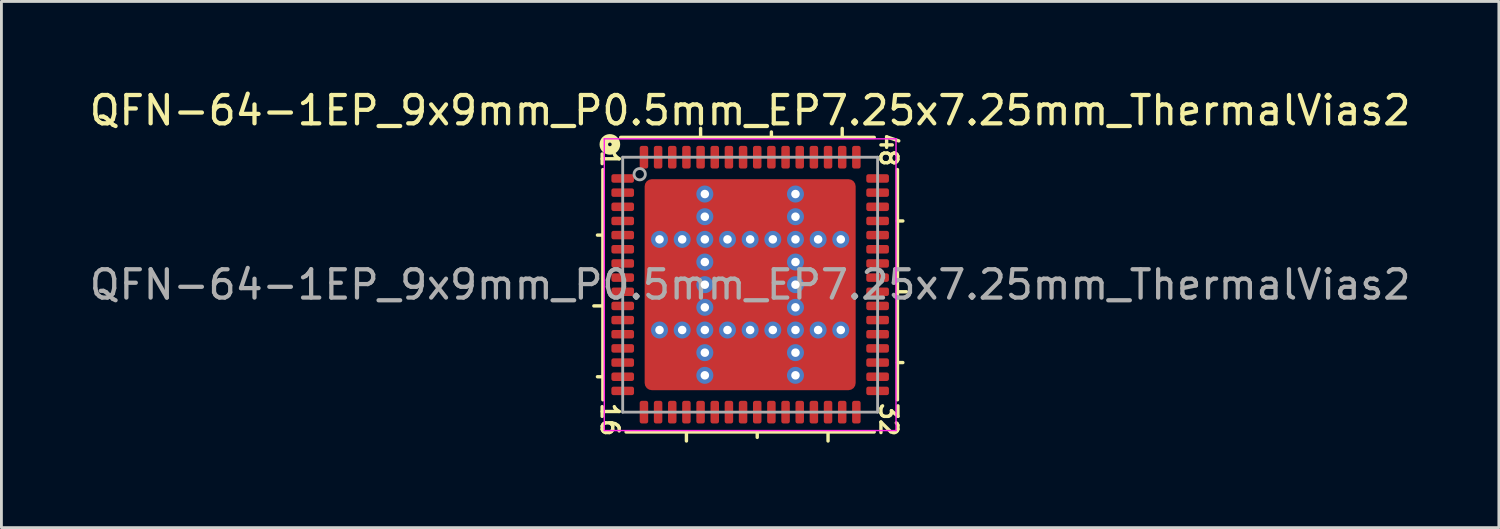
<source format=kicad_pcb>
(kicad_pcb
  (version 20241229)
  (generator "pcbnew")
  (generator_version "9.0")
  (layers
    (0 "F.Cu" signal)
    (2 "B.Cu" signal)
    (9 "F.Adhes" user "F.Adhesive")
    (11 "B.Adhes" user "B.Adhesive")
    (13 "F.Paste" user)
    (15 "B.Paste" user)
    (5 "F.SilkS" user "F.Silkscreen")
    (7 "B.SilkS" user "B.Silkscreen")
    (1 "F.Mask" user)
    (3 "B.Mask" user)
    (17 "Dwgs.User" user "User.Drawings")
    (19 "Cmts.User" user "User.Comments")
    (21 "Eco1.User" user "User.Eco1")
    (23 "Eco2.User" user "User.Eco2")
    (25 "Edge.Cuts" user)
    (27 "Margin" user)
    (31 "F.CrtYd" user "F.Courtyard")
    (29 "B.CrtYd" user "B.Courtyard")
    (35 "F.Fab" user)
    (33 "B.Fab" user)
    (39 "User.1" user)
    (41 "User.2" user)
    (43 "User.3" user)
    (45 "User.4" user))
  (footprint "QFN-64-1EP_9x9mm_P0.5mm_EP7.25x7.25mm_ThermalVias2"
    (layer "F.Cu")
    (at 23.435 7.001)
    (property "Reference" "QFN-64-1EP_9x9mm_P0.5mm_EP7.25x7.25mm_ThermalVias2" (at 0 -6.152 0) (layer "F.SilkS") (effects (font (size 1 1) (thickness 0.15))))
    (attr smd)
    (fp_line (start -5.2 -4.064) (end -5.2 4.064) (stroke (width 0.12) (type solid)) (layer "F.SilkS"))
    (fp_line (start -5.2 -1.75) (end -5.391 -1.75) (stroke (width 0.12) (type solid)) (layer "F.SilkS"))
    (fp_line (start -5.2 0.75) (end -5.518 0.75) (stroke (width 0.12) (type solid)) (layer "F.SilkS"))
    (fp_line (start -5.2 3.25) (end -5.391 3.25) (stroke (width 0.12) (type solid)) (layer "F.SilkS"))
    (fp_line (start -4.381 5.2) (end 4.381 5.2) (stroke (width 0.12) (type solid)) (layer "F.SilkS"))
    (fp_line (start -2.25 5.2) (end -2.25 5.518) (stroke (width 0.12) (type solid)) (layer "F.SilkS"))
    (fp_line (start -1.75 -5.2) (end -1.75 -5.518) (stroke (width 0.12) (type solid)) (layer "F.SilkS"))
    (fp_line (start 0.25 5.2) (end 0.25 5.391) (stroke (width 0.12) (type solid)) (layer "F.SilkS"))
    (fp_line (start 0.75 -5.2) (end 0.75 -5.391) (stroke (width 0.12) (type solid)) (layer "F.SilkS"))
    (fp_line (start 2.75 5.2) (end 2.75 5.518) (stroke (width 0.12) (type solid)) (layer "F.SilkS"))
    (fp_line (start 3.25 -5.2) (end 3.25 -5.518) (stroke (width 0.12) (type solid)) (layer "F.SilkS"))
    (fp_line (start 4.381 -5.2) (end -4.572 -5.2) (stroke (width 0.12) (type solid)) (layer "F.SilkS"))
    (fp_line (start 5.2 -2.25) (end 5.391 -2.25) (stroke (width 0.12) (type solid)) (layer "F.SilkS"))
    (fp_line (start 5.2 0.25) (end 5.518 0.25) (stroke (width 0.12) (type solid)) (layer "F.SilkS"))
    (fp_line (start 5.2 2.75) (end 5.391 2.75) (stroke (width 0.12) (type solid)) (layer "F.SilkS"))
    (fp_line (start 5.2 4.064) (end 5.2 -4.064) (stroke (width 0.12) (type solid)) (layer "F.SilkS"))
    (fp_circle (center -4.953 -4.953) (end -4.889 -4.953) (stroke (width 0.3) (type solid)) (fill no) (layer "F.SilkS"))
    (fp_line (start -5.15 -5.15) (end -5.15 5.15) (stroke (width 0.05) (type solid)) (layer "F.CrtYd"))
    (fp_line (start -5.15 -5.15) (end 5.15 -5.15) (stroke (width 0.05) (type solid)) (layer "F.CrtYd"))
    (fp_line (start -5.15 5.15) (end 5.15 5.15) (stroke (width 0.05) (type solid)) (layer "F.CrtYd"))
    (fp_line (start 5.15 -5.15) (end 5.15 5.15) (stroke (width 0.05) (type solid)) (layer "F.CrtYd"))
    (fp_line (start -4.5 -4.5) (end 4.5 -4.5) (stroke (width 0.1) (type solid)) (layer "F.Fab"))
    (fp_line (start -4.5 4.5) (end -4.5 -4.5) (stroke (width 0.1) (type solid)) (layer "F.Fab"))
    (fp_line (start 4.5 -4.5) (end 4.5 4.5) (stroke (width 0.1) (type solid)) (layer "F.Fab"))
    (fp_line (start 4.5 4.5) (end -4.5 4.5) (stroke (width 0.1) (type solid)) (layer "F.Fab"))
    (fp_circle (center -3.9 -3.9) (end -3.7 -3.9) (stroke (width 0.1) (type solid)) (fill no) (layer "F.Fab"))
    (fp_text user "16" (at -4.953 4.763 270) (unlocked yes) (layer "F.SilkS") (effects (font (size 0.6 0.6) (thickness 0.12))))
    (fp_text user "32" (at 4.889 4.763 270) (unlocked yes) (layer "F.SilkS") (effects (font (size 0.6 0.6) (thickness 0.12))))
    (fp_text user "48" (at 4.889 -4.763 270) (unlocked yes) (layer "F.SilkS") (effects (font (size 0.6 0.6) (thickness 0.12))))
    (fp_text user "1" (at -4.953 -4.445 270) (unlocked yes) (layer "F.SilkS") (effects (font (size 0.6 0.6) (thickness 0.12))))
    (fp_text user "${REFERENCE}" (at 0 0 0) (layer "F.Fab") (effects (font (size 1 1) (thickness 0.15))))
    (pad "" smd roundrect (at -3.188 -3.188) (size 0.625 0.625) (layers "F.Paste") (roundrect_rratio 0.25))
    (pad "" smd roundrect (at -3.188 -2.337) (size 0.625 0.625) (layers "F.Paste") (roundrect_rratio 0.25))
    (pad "" smd roundrect (at -3.188 -0.838) (size 0.625 0.625) (layers "F.Paste") (roundrect_rratio 0.25))
    (pad "" smd roundrect (at -3.188 0) (size 0.625 0.65) (layers "F.Paste") (roundrect_rratio 0.25))
    (pad "" smd roundrect (at -3.188 0.838) (size 0.625 0.625) (layers "F.Paste") (roundrect_rratio 0.25))
    (pad "" smd roundrect (at -3.188 2.337) (size 0.625 0.625) (layers "F.Paste") (roundrect_rratio 0.25))
    (pad "" smd roundrect (at -3.188 3.188) (size 0.625 0.625) (layers "F.Paste") (roundrect_rratio 0.25))
    (pad "" smd roundrect (at -2.763 -2.763 270) (size 1.725 1.725) (layers "F.Mask") (roundrect_rratio 0.145))
    (pad "" smd roundrect (at -2.763 0 270) (size 2.6 1.725) (layers "F.Mask") (roundrect_rratio 0.145))
    (pad "" smd roundrect (at -2.763 2.763 270) (size 1.725 1.725) (layers "F.Mask") (roundrect_rratio 0.145))
    (pad "" smd roundrect (at -2.337 -3.188) (size 0.625 0.625) (layers "F.Paste") (roundrect_rratio 0.25))
    (pad "" smd roundrect (at -2.337 -2.337) (size 0.625 0.625) (layers "F.Paste") (roundrect_rratio 0.25))
    (pad "" smd roundrect (at -2.337 -0.838) (size 0.625 0.625) (layers "F.Paste") (roundrect_rratio 0.25))
    (pad "" smd roundrect (at -2.337 0) (size 0.625 0.65) (layers "F.Paste") (roundrect_rratio 0.25))
    (pad "" smd roundrect (at -2.337 0.838) (size 0.625 0.625) (layers "F.Paste") (roundrect_rratio 0.25))
    (pad "" smd roundrect (at -2.337 2.337) (size 0.625 0.625) (layers "F.Paste") (roundrect_rratio 0.25))
    (pad "" smd roundrect (at -2.337 3.188) (size 0.625 0.625) (layers "F.Paste") (roundrect_rratio 0.25))
    (pad "" smd roundrect (at -0.838 -3.188 90) (size 0.625 0.625) (layers "F.Paste") (roundrect_rratio 0.25))
    (pad "" smd roundrect (at -0.838 -2.337 90) (size 0.625 0.625) (layers "F.Paste") (roundrect_rratio 0.25))
    (pad "" smd roundrect (at -0.838 -0.838 90) (size 0.625 0.625) (layers "F.Paste") (roundrect_rratio 0.25))
    (pad "" smd roundrect (at -0.838 0 90) (size 0.65 0.625) (layers "F.Paste") (roundrect_rratio 0.25))
    (pad "" smd roundrect (at -0.838 0.838 90) (size 0.625 0.625) (layers "F.Paste") (roundrect_rratio 0.25))
    (pad "" smd roundrect (at -0.838 2.337 90) (size 0.625 0.625) (layers "F.Paste") (roundrect_rratio 0.25))
    (pad "" smd roundrect (at -0.838 3.188 90) (size 0.625 0.625) (layers "F.Paste") (roundrect_rratio 0.25))
    (pad "" smd roundrect (at 0 -3.188 90) (size 0.625 0.65) (layers "F.Paste") (roundrect_rratio 0.25))
    (pad "" smd roundrect (at 0 -2.763) (size 2.6 1.725) (layers "F.Mask") (roundrect_rratio 0.145))
    (pad "" smd roundrect (at 0 -2.337 90) (size 0.625 0.65) (layers "F.Paste") (roundrect_rratio 0.25))
    (pad "" smd roundrect (at 0 -0.838 90) (size 0.625 0.65) (layers "F.Paste") (roundrect_rratio 0.25))
    (pad "" smd roundrect (at 0 0 90) (size 0.65 0.65) (layers "F.Paste") (roundrect_rratio 0.25))
    (pad "" smd roundrect (at 0 0 270) (size 2.6 2.6) (layers "F.Mask") (roundrect_rratio 0.096))
    (pad "" smd roundrect (at 0 0.838 90) (size 0.625 0.65) (layers "F.Paste") (roundrect_rratio 0.25))
    (pad "" smd roundrect (at 0 2.337 90) (size 0.625 0.65) (layers "F.Paste") (roundrect_rratio 0.25))
    (pad "" smd roundrect (at 0 2.763) (size 2.6 1.725) (layers "F.Mask") (roundrect_rratio 0.145))
    (pad "" smd roundrect (at 0 3.188 90) (size 0.625 0.65) (layers "F.Paste") (roundrect_rratio 0.25))
    (pad "" smd roundrect (at 0.838 -3.188 90) (size 0.625 0.625) (layers "F.Paste") (roundrect_rratio 0.25))
    (pad "" smd roundrect (at 0.838 -2.337 90) (size 0.625 0.625) (layers "F.Paste") (roundrect_rratio 0.25))
    (pad "" smd roundrect (at 0.838 -0.838 90) (size 0.625 0.625) (layers "F.Paste") (roundrect_rratio 0.25))
    (pad "" smd roundrect (at 0.838 0 90) (size 0.65 0.625) (layers "F.Paste") (roundrect_rratio 0.25))
    (pad "" smd roundrect (at 0.838 0.838 90) (size 0.625 0.625) (layers "F.Paste") (roundrect_rratio 0.25))
    (pad "" smd roundrect (at 0.838 2.337 90) (size 0.625 0.625) (layers "F.Paste") (roundrect_rratio 0.25))
    (pad "" smd roundrect (at 0.838 3.188 90) (size 0.625 0.625) (layers "F.Paste") (roundrect_rratio 0.25))
    (pad "" smd roundrect (at 2.337 -3.188 270) (size 0.625 0.625) (layers "F.Paste") (roundrect_rratio 0.25))
    (pad "" smd roundrect (at 2.337 -2.337 270) (size 0.625 0.625) (layers "F.Paste") (roundrect_rratio 0.25))
    (pad "" smd roundrect (at 2.337 -0.838) (size 0.625 0.625) (layers "F.Paste") (roundrect_rratio 0.25))
    (pad "" smd roundrect (at 2.337 0) (size 0.625 0.65) (layers "F.Paste") (roundrect_rratio 0.25))
    (pad "" smd roundrect (at 2.337 0.838) (size 0.625 0.625) (layers "F.Paste") (roundrect_rratio 0.25))
    (pad "" smd roundrect (at 2.337 2.337) (size 0.625 0.625) (layers "F.Paste") (roundrect_rratio 0.25))
    (pad "" smd roundrect (at 2.337 3.188) (size 0.625 0.625) (layers "F.Paste") (roundrect_rratio 0.25))
    (pad "" smd roundrect (at 2.763 -2.763 270) (size 1.725 1.725) (layers "F.Mask") (roundrect_rratio 0.145))
    (pad "" smd roundrect (at 2.763 0 270) (size 2.6 1.725) (layers "F.Mask") (roundrect_rratio 0.145))
    (pad "" smd roundrect (at 2.763 2.763 270) (size 1.725 1.725) (layers "F.Mask") (roundrect_rratio 0.145))
    (pad "" smd roundrect (at 3.188 -3.188 270) (size 0.625 0.625) (layers "F.Paste") (roundrect_rratio 0.25))
    (pad "" smd roundrect (at 3.188 -2.337 270) (size 0.625 0.625) (layers "F.Paste") (roundrect_rratio 0.25))
    (pad "" smd roundrect (at 3.188 -0.838) (size 0.625 0.625) (layers "F.Paste") (roundrect_rratio 0.25))
    (pad "" smd roundrect (at 3.188 0) (size 0.625 0.65) (layers "F.Paste") (roundrect_rratio 0.25))
    (pad "" smd roundrect (at 3.188 0.838) (size 0.625 0.625) (layers "F.Paste") (roundrect_rratio 0.25))
    (pad "" smd roundrect (at 3.188 2.337) (size 0.625 0.625) (layers "F.Paste") (roundrect_rratio 0.25))
    (pad "" smd roundrect (at 3.188 3.188) (size 0.625 0.625) (layers "F.Paste") (roundrect_rratio 0.25))
    (pad "1" smd roundrect (at -4.5 -3.75) (size 0.8 0.3) (layers "F.Cu" "F.Mask" "F.Paste") (roundrect_rratio 0.25))
    (pad "2" smd roundrect (at -4.5 -3.25) (size 0.8 0.3) (layers "F.Cu" "F.Mask" "F.Paste") (roundrect_rratio 0.25))
    (pad "3" smd roundrect (at -4.5 -2.75) (size 0.8 0.3) (layers "F.Cu" "F.Mask" "F.Paste") (roundrect_rratio 0.25))
    (pad "4" smd roundrect (at -4.5 -2.25) (size 0.8 0.3) (layers "F.Cu" "F.Mask" "F.Paste") (roundrect_rratio 0.25))
    (pad "5" smd roundrect (at -4.5 -1.75) (size 0.8 0.3) (layers "F.Cu" "F.Mask" "F.Paste") (roundrect_rratio 0.25))
    (pad "6" smd roundrect (at -4.5 -1.25) (size 0.8 0.3) (layers "F.Cu" "F.Mask" "F.Paste") (roundrect_rratio 0.25))
    (pad "7" smd roundrect (at -4.5 -0.75) (size 0.8 0.3) (layers "F.Cu" "F.Mask" "F.Paste") (roundrect_rratio 0.25))
    (pad "8" smd roundrect (at -4.5 -0.25) (size 0.8 0.3) (layers "F.Cu" "F.Mask" "F.Paste") (roundrect_rratio 0.25))
    (pad "9" smd roundrect (at -4.5 0.25) (size 0.8 0.3) (layers "F.Cu" "F.Mask" "F.Paste") (roundrect_rratio 0.25))
    (pad "10" smd roundrect (at -4.5 0.75) (size 0.8 0.3) (layers "F.Cu" "F.Mask" "F.Paste") (roundrect_rratio 0.25))
    (pad "11" smd roundrect (at -4.5 1.25) (size 0.8 0.3) (layers "F.Cu" "F.Mask" "F.Paste") (roundrect_rratio 0.25))
    (pad "12" smd roundrect (at -4.5 1.75) (size 0.8 0.3) (layers "F.Cu" "F.Mask" "F.Paste") (roundrect_rratio 0.25))
    (pad "13" smd roundrect (at -4.5 2.25) (size 0.8 0.3) (layers "F.Cu" "F.Mask" "F.Paste") (roundrect_rratio 0.25))
    (pad "14" smd roundrect (at -4.5 2.75) (size 0.8 0.3) (layers "F.Cu" "F.Mask" "F.Paste") (roundrect_rratio 0.25))
    (pad "15" smd roundrect (at -4.5 3.25) (size 0.8 0.3) (layers "F.Cu" "F.Mask" "F.Paste") (roundrect_rratio 0.25))
    (pad "16" smd roundrect (at -4.5 3.75) (size 0.8 0.3) (layers "F.Cu" "F.Mask" "F.Paste") (roundrect_rratio 0.25))
    (pad "17" smd roundrect (at -3.75 4.5 90) (size 0.8 0.3) (layers "F.Cu" "F.Mask" "F.Paste") (roundrect_rratio 0.25))
    (pad "18" smd roundrect (at -3.25 4.5 90) (size 0.8 0.3) (layers "F.Cu" "F.Mask" "F.Paste") (roundrect_rratio 0.25))
    (pad "19" smd roundrect (at -2.75 4.5 90) (size 0.8 0.3) (layers "F.Cu" "F.Mask" "F.Paste") (roundrect_rratio 0.25))
    (pad "20" smd roundrect (at -2.25 4.5 90) (size 0.8 0.3) (layers "F.Cu" "F.Mask" "F.Paste") (roundrect_rratio 0.25))
    (pad "21" smd roundrect (at -1.75 4.5 90) (size 0.8 0.3) (layers "F.Cu" "F.Mask" "F.Paste") (roundrect_rratio 0.25))
    (pad "22" smd roundrect (at -1.25 4.5 90) (size 0.8 0.3) (layers "F.Cu" "F.Mask" "F.Paste") (roundrect_rratio 0.25))
    (pad "23" smd roundrect (at -0.75 4.5 90) (size 0.8 0.3) (layers "F.Cu" "F.Mask" "F.Paste") (roundrect_rratio 0.25))
    (pad "24" smd roundrect (at -0.25 4.5 90) (size 0.8 0.3) (layers "F.Cu" "F.Mask" "F.Paste") (roundrect_rratio 0.25))
    (pad "25" smd roundrect (at 0.25 4.5 90) (size 0.8 0.3) (layers "F.Cu" "F.Mask" "F.Paste") (roundrect_rratio 0.25))
    (pad "26" smd roundrect (at 0.75 4.5 90) (size 0.8 0.3) (layers "F.Cu" "F.Mask" "F.Paste") (roundrect_rratio 0.25))
    (pad "27" smd roundrect (at 1.25 4.5 90) (size 0.8 0.3) (layers "F.Cu" "F.Mask" "F.Paste") (roundrect_rratio 0.25))
    (pad "28" smd roundrect (at 1.75 4.5 90) (size 0.8 0.3) (layers "F.Cu" "F.Mask" "F.Paste") (roundrect_rratio 0.25))
    (pad "29" smd roundrect (at 2.25 4.5 90) (size 0.8 0.3) (layers "F.Cu" "F.Mask" "F.Paste") (roundrect_rratio 0.25))
    (pad "30" smd roundrect (at 2.75 4.5 90) (size 0.8 0.3) (layers "F.Cu" "F.Mask" "F.Paste") (roundrect_rratio 0.25))
    (pad "31" smd roundrect (at 3.25 4.5 90) (size 0.8 0.3) (layers "F.Cu" "F.Mask" "F.Paste") (roundrect_rratio 0.25))
    (pad "32" smd roundrect (at 3.75 4.5 90) (size 0.8 0.3) (layers "F.Cu" "F.Mask" "F.Paste") (roundrect_rratio 0.25))
    (pad "33" smd roundrect (at 4.5 3.75) (size 0.8 0.3) (layers "F.Cu" "F.Mask" "F.Paste") (roundrect_rratio 0.25))
    (pad "34" smd roundrect (at 4.5 3.25) (size 0.8 0.3) (layers "F.Cu" "F.Mask" "F.Paste") (roundrect_rratio 0.25))
    (pad "35" smd roundrect (at 4.5 2.75) (size 0.8 0.3) (layers "F.Cu" "F.Mask" "F.Paste") (roundrect_rratio 0.25))
    (pad "36" smd roundrect (at 4.5 2.25) (size 0.8 0.3) (layers "F.Cu" "F.Mask" "F.Paste") (roundrect_rratio 0.25))
    (pad "37" smd roundrect (at 4.5 1.75) (size 0.8 0.3) (layers "F.Cu" "F.Mask" "F.Paste") (roundrect_rratio 0.25))
    (pad "38" smd roundrect (at 4.5 1.25) (size 0.8 0.3) (layers "F.Cu" "F.Mask" "F.Paste") (roundrect_rratio 0.25))
    (pad "39" smd roundrect (at 4.5 0.75) (size 0.8 0.3) (layers "F.Cu" "F.Mask" "F.Paste") (roundrect_rratio 0.25))
    (pad "40" smd roundrect (at 4.5 0.25) (size 0.8 0.3) (layers "F.Cu" "F.Mask" "F.Paste") (roundrect_rratio 0.25))
    (pad "41" smd roundrect (at 4.5 -0.25) (size 0.8 0.3) (layers "F.Cu" "F.Mask" "F.Paste") (roundrect_rratio 0.25))
    (pad "42" smd roundrect (at 4.5 -0.75) (size 0.8 0.3) (layers "F.Cu" "F.Mask" "F.Paste") (roundrect_rratio 0.25))
    (pad "43" smd roundrect (at 4.5 -1.25) (size 0.8 0.3) (layers "F.Cu" "F.Mask" "F.Paste") (roundrect_rratio 0.25))
    (pad "44" smd roundrect (at 4.5 -1.75) (size 0.8 0.3) (layers "F.Cu" "F.Mask" "F.Paste") (roundrect_rratio 0.25))
    (pad "45" smd roundrect (at 4.5 -2.25) (size 0.8 0.3) (layers "F.Cu" "F.Mask" "F.Paste") (roundrect_rratio 0.25))
    (pad "46" smd roundrect (at 4.5 -2.75) (size 0.8 0.3) (layers "F.Cu" "F.Mask" "F.Paste") (roundrect_rratio 0.25))
    (pad "47" smd roundrect (at 4.5 -3.25) (size 0.8 0.3) (layers "F.Cu" "F.Mask" "F.Paste") (roundrect_rratio 0.25))
    (pad "48" smd roundrect (at 4.5 -3.75) (size 0.8 0.3) (layers "F.Cu" "F.Mask" "F.Paste") (roundrect_rratio 0.25))
    (pad "49" smd roundrect (at 3.75 -4.5 90) (size 0.8 0.3) (layers "F.Cu" "F.Mask" "F.Paste") (roundrect_rratio 0.25))
    (pad "50" smd roundrect (at 3.25 -4.5 90) (size 0.8 0.3) (layers "F.Cu" "F.Mask" "F.Paste") (roundrect_rratio 0.25))
    (pad "51" smd roundrect (at 2.75 -4.5 90) (size 0.8 0.3) (layers "F.Cu" "F.Mask" "F.Paste") (roundrect_rratio 0.25))
    (pad "52" smd roundrect (at 2.25 -4.5 90) (size 0.8 0.3) (layers "F.Cu" "F.Mask" "F.Paste") (roundrect_rratio 0.25))
    (pad "53" smd roundrect (at 1.75 -4.5 90) (size 0.8 0.3) (layers "F.Cu" "F.Mask" "F.Paste") (roundrect_rratio 0.25))
    (pad "54" smd roundrect (at 1.25 -4.5 90) (size 0.8 0.3) (layers "F.Cu" "F.Mask" "F.Paste") (roundrect_rratio 0.25))
    (pad "55" smd roundrect (at 0.75 -4.5 90) (size 0.8 0.3) (layers "F.Cu" "F.Mask" "F.Paste") (roundrect_rratio 0.25))
    (pad "56" smd roundrect (at 0.25 -4.5 90) (size 0.8 0.3) (layers "F.Cu" "F.Mask" "F.Paste") (roundrect_rratio 0.25))
    (pad "57" smd roundrect (at -0.25 -4.5 90) (size 0.8 0.3) (layers "F.Cu" "F.Mask" "F.Paste") (roundrect_rratio 0.25))
    (pad "58" smd roundrect (at -0.75 -4.5 90) (size 0.8 0.3) (layers "F.Cu" "F.Mask" "F.Paste") (roundrect_rratio 0.25))
    (pad "59" smd roundrect (at -1.25 -4.5 90) (size 0.8 0.3) (layers "F.Cu" "F.Mask" "F.Paste") (roundrect_rratio 0.25))
    (pad "60" smd roundrect (at -1.75 -4.5 90) (size 0.8 0.3) (layers "F.Cu" "F.Mask" "F.Paste") (roundrect_rratio 0.25))
    (pad "61" smd roundrect (at -2.25 -4.5 90) (size 0.8 0.3) (layers "F.Cu" "F.Mask" "F.Paste") (roundrect_rratio 0.25))
    (pad "62" smd roundrect (at -2.75 -4.5 90) (size 0.8 0.3) (layers "F.Cu" "F.Mask" "F.Paste") (roundrect_rratio 0.25))
    (pad "63" smd roundrect (at -3.25 -4.5 90) (size 0.8 0.3) (layers "F.Cu" "F.Mask" "F.Paste") (roundrect_rratio 0.25))
    (pad "64" smd roundrect (at -3.75 -4.5 90) (size 0.8 0.3) (layers "F.Cu" "F.Mask" "F.Paste") (roundrect_rratio 0.25))
    (pad "65" thru_hole circle (at -3.2 -1.6 180) (size 0.6 0.6) (drill 0.3) (property pad_prop_heatsink) (layers "*.Cu" "*.Mask"))
    (pad "65" thru_hole circle (at -3.2 1.6 180) (size 0.6 0.6) (drill 0.3) (property pad_prop_heatsink) (layers "*.Cu" "*.Mask"))
    (pad "65" thru_hole circle (at -2.4 -1.6 180) (size 0.6 0.6) (drill 0.3) (property pad_prop_heatsink) (layers "*.Cu" "*.Mask"))
    (pad "65" thru_hole circle (at -2.4 1.6 180) (size 0.6 0.6) (drill 0.3) (property pad_prop_heatsink) (layers "*.Cu" "*.Mask"))
    (pad "65" thru_hole circle (at -1.6 -3.2 180) (size 0.6 0.6) (drill 0.3) (property pad_prop_heatsink) (layers "*.Cu" "*.Mask"))
    (pad "65" thru_hole circle (at -1.6 -2.4 180) (size 0.6 0.6) (drill 0.3) (property pad_prop_heatsink) (layers "*.Cu" "*.Mask"))
    (pad "65" thru_hole circle (at -1.6 -1.6 180) (size 0.6 0.6) (drill 0.3) (property pad_prop_heatsink) (layers "*.Cu" "*.Mask"))
    (pad "65" thru_hole circle (at -1.6 -0.8 180) (size 0.6 0.6) (drill 0.3) (property pad_prop_heatsink) (layers "*.Cu" "*.Mask"))
    (pad "65" thru_hole circle (at -1.6 0 180) (size 0.6 0.6) (drill 0.3) (property pad_prop_heatsink) (layers "*.Cu" "*.Mask"))
    (pad "65" thru_hole circle (at -1.6 0.8 180) (size 0.6 0.6) (drill 0.3) (property pad_prop_heatsink) (layers "*.Cu" "*.Mask"))
    (pad "65" thru_hole circle (at -1.6 1.6 180) (size 0.6 0.6) (drill 0.3) (property pad_prop_heatsink) (layers "*.Cu" "*.Mask"))
    (pad "65" thru_hole circle (at -1.6 2.4 180) (size 0.6 0.6) (drill 0.3) (property pad_prop_heatsink) (layers "*.Cu" "*.Mask"))
    (pad "65" thru_hole circle (at -1.6 3.2 180) (size 0.6 0.6) (drill 0.3) (property pad_prop_heatsink) (layers "*.Cu" "*.Mask"))
    (pad "65" thru_hole circle (at -0.8 -1.6 180) (size 0.6 0.6) (drill 0.3) (property pad_prop_heatsink) (layers "*.Cu" "*.Mask"))
    (pad "65" thru_hole circle (at -0.8 1.6 180) (size 0.6 0.6) (drill 0.3) (property pad_prop_heatsink) (layers "*.Cu" "*.Mask"))
    (pad "65" thru_hole circle (at 0 -1.6 180) (size 0.6 0.6) (drill 0.3) (property pad_prop_heatsink) (layers "*.Cu" "*.Mask"))
    (pad "65" smd roundrect (at 0 0) (size 7.45 7.45) (layers "F.Cu") (roundrect_rratio 0.034))
    (pad "65" thru_hole circle (at 0 1.6 180) (size 0.6 0.6) (drill 0.3) (property pad_prop_heatsink) (layers "*.Cu" "*.Mask"))
    (pad "65" thru_hole circle (at 0.8 -1.6 180) (size 0.6 0.6) (drill 0.3) (property pad_prop_heatsink) (layers "*.Cu" "*.Mask"))
    (pad "65" thru_hole circle (at 0.8 1.6 180) (size 0.6 0.6) (drill 0.3) (property pad_prop_heatsink) (layers "*.Cu" "*.Mask"))
    (pad "65" thru_hole circle (at 1.6 -3.2 180) (size 0.6 0.6) (drill 0.3) (property pad_prop_heatsink) (layers "*.Cu" "*.Mask"))
    (pad "65" thru_hole circle (at 1.6 -2.4 180) (size 0.6 0.6) (drill 0.3) (property pad_prop_heatsink) (layers "*.Cu" "*.Mask"))
    (pad "65" thru_hole circle (at 1.6 -1.6 180) (size 0.6 0.6) (drill 0.3) (property pad_prop_heatsink) (layers "*.Cu" "*.Mask"))
    (pad "65" thru_hole circle (at 1.6 -0.8 180) (size 0.6 0.6) (drill 0.3) (property pad_prop_heatsink) (layers "*.Cu" "*.Mask"))
    (pad "65" thru_hole circle (at 1.6 0 180) (size 0.6 0.6) (drill 0.3) (property pad_prop_heatsink) (layers "*.Cu" "*.Mask"))
    (pad "65" thru_hole circle (at 1.6 0.8 180) (size 0.6 0.6) (drill 0.3) (property pad_prop_heatsink) (layers "*.Cu" "*.Mask"))
    (pad "65" thru_hole circle (at 1.6 1.6 180) (size 0.6 0.6) (drill 0.3) (property pad_prop_heatsink) (layers "*.Cu" "*.Mask"))
    (pad "65" thru_hole circle (at 1.6 2.4 180) (size 0.6 0.6) (drill 0.3) (property pad_prop_heatsink) (layers "*.Cu" "*.Mask"))
    (pad "65" thru_hole circle (at 1.6 3.2 180) (size 0.6 0.6) (drill 0.3) (property pad_prop_heatsink) (layers "*.Cu" "*.Mask"))
    (pad "65" thru_hole circle (at 2.4 -1.6 180) (size 0.6 0.6) (drill 0.3) (property pad_prop_heatsink) (layers "*.Cu" "*.Mask"))
    (pad "65" thru_hole circle (at 2.4 1.6 180) (size 0.6 0.6) (drill 0.3) (property pad_prop_heatsink) (layers "*.Cu" "*.Mask"))
    (pad "65" thru_hole circle (at 3.2 -1.6 180) (size 0.6 0.6) (drill 0.3) (property pad_prop_heatsink) (layers "*.Cu" "*.Mask"))
    (pad "65" thru_hole circle (at 3.2 1.6 180) (size 0.6 0.6) (drill 0.3) (property pad_prop_heatsink) (layers "*.Cu" "*.Mask")))
  (gr_rect
    (start -3 -3)
    (end 49.869 15.578)
    (stroke (width 0.1) (type default))
    (fill no)
    (layer "Edge.Cuts")))
</source>
